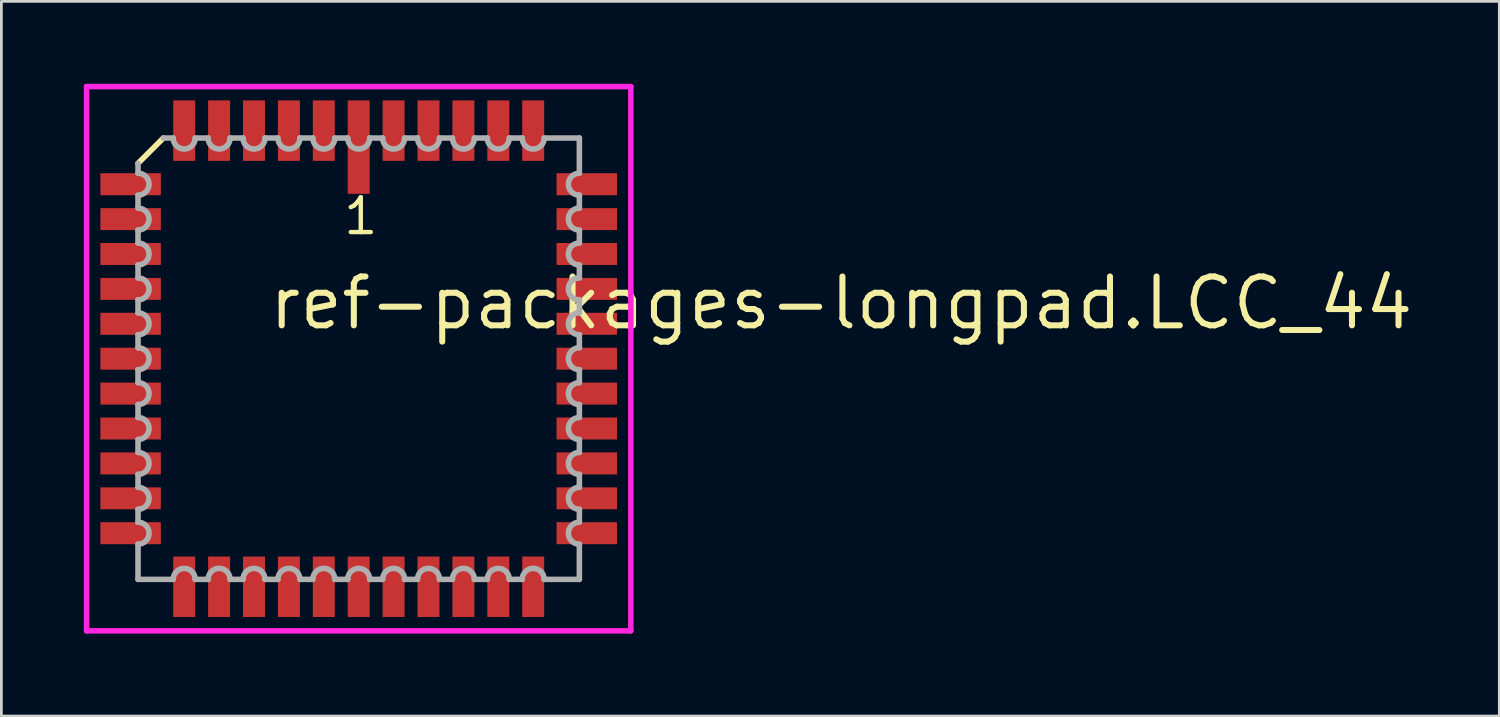
<source format=kicad_pcb>
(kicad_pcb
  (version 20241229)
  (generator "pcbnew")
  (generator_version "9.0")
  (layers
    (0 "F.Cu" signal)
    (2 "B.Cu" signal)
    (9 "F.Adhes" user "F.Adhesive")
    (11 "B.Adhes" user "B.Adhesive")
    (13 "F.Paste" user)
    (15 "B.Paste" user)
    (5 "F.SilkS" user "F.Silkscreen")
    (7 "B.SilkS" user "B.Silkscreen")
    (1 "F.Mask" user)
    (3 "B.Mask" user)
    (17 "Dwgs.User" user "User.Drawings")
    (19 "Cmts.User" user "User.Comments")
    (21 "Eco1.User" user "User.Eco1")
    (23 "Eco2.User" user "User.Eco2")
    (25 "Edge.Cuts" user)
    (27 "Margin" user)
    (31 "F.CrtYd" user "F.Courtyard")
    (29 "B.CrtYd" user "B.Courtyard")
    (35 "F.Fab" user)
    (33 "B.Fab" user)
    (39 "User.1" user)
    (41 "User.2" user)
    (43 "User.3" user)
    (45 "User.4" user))
  (footprint "ref-packages-longpad.LCC_44"
    (layer "F.Cu")
    (at 10.003 10.003)
    (property "Reference" "ref-packages-longpad.LCC_44" (at -3.37 -0.985 0) (layer "F.SilkS") (effects (font (size 1.778 1.778) (thickness 0.22)) (justify left bottom)))
    (attr smd)
    (fp_line (start -7.11 -8.03) (end -8.03 -7.11) (stroke (width 0.203) (type default)) (layer "F.SilkS"))
    (fp_line (start -9.903 -9.903) (end 9.903 -9.903) (stroke (width 0.2) (type default)) (layer "F.CrtYd"))
    (fp_line (start -9.903 9.903) (end -9.903 -9.903) (stroke (width 0.2) (type default)) (layer "F.CrtYd"))
    (fp_line (start 9.903 -9.903) (end 9.903 9.903) (stroke (width 0.2) (type default)) (layer "F.CrtYd"))
    (fp_line (start 9.903 9.903) (end -9.903 9.903) (stroke (width 0.2) (type default)) (layer "F.CrtYd"))
    (fp_line (start -8.03 -7.11) (end -8.03 -6.75) (stroke (width 0.203) (type default)) (layer "F.Fab"))
    (fp_line (start -8.03 -5.95) (end -8.03 -5.48) (stroke (width 0.203) (type default)) (layer "F.Fab"))
    (fp_line (start -8.03 -4.68) (end -8.03 -4.21) (stroke (width 0.203) (type default)) (layer "F.Fab"))
    (fp_line (start -8.03 -3.41) (end -8.03 -2.94) (stroke (width 0.203) (type default)) (layer "F.Fab"))
    (fp_line (start -8.03 -2.14) (end -8.03 -1.67) (stroke (width 0.203) (type default)) (layer "F.Fab"))
    (fp_line (start -8.03 -0.87) (end -8.03 -0.4) (stroke (width 0.203) (type default)) (layer "F.Fab"))
    (fp_line (start -8.03 0.4) (end -8.03 0.87) (stroke (width 0.203) (type default)) (layer "F.Fab"))
    (fp_line (start -8.03 1.67) (end -8.03 2.14) (stroke (width 0.203) (type default)) (layer "F.Fab"))
    (fp_line (start -8.03 2.94) (end -8.03 3.41) (stroke (width 0.203) (type default)) (layer "F.Fab"))
    (fp_line (start -8.03 4.21) (end -8.03 4.68) (stroke (width 0.203) (type default)) (layer "F.Fab"))
    (fp_line (start -8.03 5.48) (end -8.03 5.95) (stroke (width 0.203) (type default)) (layer "F.Fab"))
    (fp_line (start -8.03 6.75) (end -8.03 8.03) (stroke (width 0.203) (type default)) (layer "F.Fab"))
    (fp_line (start -8.03 8.03) (end -6.75 8.03) (stroke (width 0.203) (type default)) (layer "F.Fab"))
    (fp_line (start -6.75 -8.03) (end -7.11 -8.03) (stroke (width 0.203) (type default)) (layer "F.Fab"))
    (fp_line (start -5.95 8.03) (end -5.48 8.03) (stroke (width 0.203) (type default)) (layer "F.Fab"))
    (fp_line (start -5.48 -8.03) (end -5.95 -8.03) (stroke (width 0.203) (type default)) (layer "F.Fab"))
    (fp_line (start -4.68 8.03) (end -4.21 8.03) (stroke (width 0.203) (type default)) (layer "F.Fab"))
    (fp_line (start -4.21 -8.03) (end -4.68 -8.03) (stroke (width 0.203) (type default)) (layer "F.Fab"))
    (fp_line (start -3.41 8.03) (end -2.94 8.03) (stroke (width 0.203) (type default)) (layer "F.Fab"))
    (fp_line (start -2.94 -8.03) (end -3.41 -8.03) (stroke (width 0.203) (type default)) (layer "F.Fab"))
    (fp_line (start -2.14 8.03) (end -1.67 8.03) (stroke (width 0.203) (type default)) (layer "F.Fab"))
    (fp_line (start -1.67 -8.03) (end -2.14 -8.03) (stroke (width 0.203) (type default)) (layer "F.Fab"))
    (fp_line (start -0.87 8.03) (end -0.4 8.03) (stroke (width 0.203) (type default)) (layer "F.Fab"))
    (fp_line (start -0.4 -8.03) (end -0.87 -8.03) (stroke (width 0.203) (type default)) (layer "F.Fab"))
    (fp_line (start 0.4 8.03) (end 0.87 8.03) (stroke (width 0.203) (type default)) (layer "F.Fab"))
    (fp_line (start 0.87 -8.03) (end 0.4 -8.03) (stroke (width 0.203) (type default)) (layer "F.Fab"))
    (fp_line (start 1.67 8.03) (end 2.14 8.03) (stroke (width 0.203) (type default)) (layer "F.Fab"))
    (fp_line (start 2.14 -8.03) (end 1.67 -8.03) (stroke (width 0.203) (type default)) (layer "F.Fab"))
    (fp_line (start 2.94 8.03) (end 3.41 8.03) (stroke (width 0.203) (type default)) (layer "F.Fab"))
    (fp_line (start 3.41 -8.03) (end 2.94 -8.03) (stroke (width 0.203) (type default)) (layer "F.Fab"))
    (fp_line (start 4.21 8.03) (end 4.68 8.03) (stroke (width 0.203) (type default)) (layer "F.Fab"))
    (fp_line (start 4.68 -8.03) (end 4.21 -8.03) (stroke (width 0.203) (type default)) (layer "F.Fab"))
    (fp_line (start 5.48 8.03) (end 5.95 8.03) (stroke (width 0.203) (type default)) (layer "F.Fab"))
    (fp_line (start 5.95 -8.03) (end 5.48 -8.03) (stroke (width 0.203) (type default)) (layer "F.Fab"))
    (fp_line (start 6.75 8.03) (end 8.03 8.03) (stroke (width 0.203) (type default)) (layer "F.Fab"))
    (fp_line (start 8.03 -8.03) (end 6.75 -8.03) (stroke (width 0.203) (type default)) (layer "F.Fab"))
    (fp_line (start 8.03 -6.75) (end 8.03 -8.03) (stroke (width 0.203) (type default)) (layer "F.Fab"))
    (fp_line (start 8.03 -5.48) (end 8.03 -5.95) (stroke (width 0.203) (type default)) (layer "F.Fab"))
    (fp_line (start 8.03 -4.21) (end 8.03 -4.68) (stroke (width 0.203) (type default)) (layer "F.Fab"))
    (fp_line (start 8.03 -2.94) (end 8.03 -3.41) (stroke (width 0.203) (type default)) (layer "F.Fab"))
    (fp_line (start 8.03 -1.67) (end 8.03 -2.14) (stroke (width 0.203) (type default)) (layer "F.Fab"))
    (fp_line (start 8.03 -0.4) (end 8.03 -0.87) (stroke (width 0.203) (type default)) (layer "F.Fab"))
    (fp_line (start 8.03 0.87) (end 8.03 0.4) (stroke (width 0.203) (type default)) (layer "F.Fab"))
    (fp_line (start 8.03 2.14) (end 8.03 1.67) (stroke (width 0.203) (type default)) (layer "F.Fab"))
    (fp_line (start 8.03 3.41) (end 8.03 2.94) (stroke (width 0.203) (type default)) (layer "F.Fab"))
    (fp_line (start 8.03 4.68) (end 8.03 4.21) (stroke (width 0.203) (type default)) (layer "F.Fab"))
    (fp_line (start 8.03 5.95) (end 8.03 5.48) (stroke (width 0.203) (type default)) (layer "F.Fab"))
    (fp_line (start 8.03 8.03) (end 8.03 6.75) (stroke (width 0.203) (type default)) (layer "F.Fab"))
    (fp_arc (start -8.03 -6.75) (mid -7.63 -6.35) (end -8.03 -5.95) (stroke (width 0.2032) (type default)) (layer "F.Fab"))
    (fp_arc (start -8.03 -5.48) (mid -7.63 -5.08) (end -8.03 -4.68) (stroke (width 0.2032) (type default)) (layer "F.Fab"))
    (fp_arc (start -8.03 -4.21) (mid -7.63 -3.81) (end -8.03 -3.41) (stroke (width 0.2032) (type default)) (layer "F.Fab"))
    (fp_arc (start -8.03 -2.94) (mid -7.63 -2.54) (end -8.03 -2.14) (stroke (width 0.2032) (type default)) (layer "F.Fab"))
    (fp_arc (start -8.03 -1.67) (mid -7.63 -1.27) (end -8.03 -0.87) (stroke (width 0.2032) (type default)) (layer "F.Fab"))
    (fp_arc (start -8.03 -0.4001) (mid -7.6299 0) (end -8.03 0.4001) (stroke (width 0.2032) (type default)) (layer "F.Fab"))
    (fp_arc (start -8.03 0.8699) (mid -7.6299 1.27) (end -8.03 1.6701) (stroke (width 0.2032) (type default)) (layer "F.Fab"))
    (fp_arc (start -8.03 2.1399) (mid -7.6299 2.54) (end -8.03 2.9401) (stroke (width 0.2032) (type default)) (layer "F.Fab"))
    (fp_arc (start -8.03 3.4099) (mid -7.6299 3.81) (end -8.03 4.2101) (stroke (width 0.2032) (type default)) (layer "F.Fab"))
    (fp_arc (start -8.03 4.6799) (mid -7.6299 5.08) (end -8.03 5.4801) (stroke (width 0.2032) (type default)) (layer "F.Fab"))
    (fp_arc (start -8.03 5.9499) (mid -7.6299 6.35) (end -8.03 6.7501) (stroke (width 0.2032) (type default)) (layer "F.Fab"))
    (fp_arc (start -6.7501 8.03) (mid -6.35 7.6299) (end -5.9499 8.03) (stroke (width 0.2032) (type default)) (layer "F.Fab"))
    (fp_arc (start -5.9499 -8.03) (mid -6.35 -7.6299) (end -6.7501 -8.03) (stroke (width 0.2032) (type default)) (layer "F.Fab"))
    (fp_arc (start -5.4801 8.03) (mid -5.08 7.6299) (end -4.6799 8.03) (stroke (width 0.2032) (type default)) (layer "F.Fab"))
    (fp_arc (start -4.6799 -8.03) (mid -5.08 -7.6299) (end -5.4801 -8.03) (stroke (width 0.2032) (type default)) (layer "F.Fab"))
    (fp_arc (start -4.2101 8.03) (mid -3.81 7.6299) (end -3.4099 8.03) (stroke (width 0.2032) (type default)) (layer "F.Fab"))
    (fp_arc (start -3.4099 -8.03) (mid -3.81 -7.6299) (end -4.2101 -8.03) (stroke (width 0.2032) (type default)) (layer "F.Fab"))
    (fp_arc (start -2.9401 8.03) (mid -2.54 7.6299) (end -2.1399 8.03) (stroke (width 0.2032) (type default)) (layer "F.Fab"))
    (fp_arc (start -2.1399 -8.03) (mid -2.54 -7.6299) (end -2.9401 -8.03) (stroke (width 0.2032) (type default)) (layer "F.Fab"))
    (fp_arc (start -1.6701 8.03) (mid -1.27 7.6299) (end -0.8699 8.03) (stroke (width 0.2032) (type default)) (layer "F.Fab"))
    (fp_arc (start -0.8699 -8.03) (mid -1.27 -7.6299) (end -1.6701 -8.03) (stroke (width 0.2032) (type default)) (layer "F.Fab"))
    (fp_arc (start -0.4001 8.03) (mid 0 7.6299) (end 0.4001 8.03) (stroke (width 0.2032) (type default)) (layer "F.Fab"))
    (fp_arc (start 0.4001 -8.03) (mid 0 -7.6299) (end -0.4001 -8.03) (stroke (width 0.2032) (type default)) (layer "F.Fab"))
    (fp_arc (start 0.87 8.03) (mid 1.27 7.63) (end 1.67 8.03) (stroke (width 0.2032) (type default)) (layer "F.Fab"))
    (fp_arc (start 1.67 -8.03) (mid 1.27 -7.63) (end 0.87 -8.03) (stroke (width 0.2032) (type default)) (layer "F.Fab"))
    (fp_arc (start 2.14 8.03) (mid 2.54 7.63) (end 2.94 8.03) (stroke (width 0.2032) (type default)) (layer "F.Fab"))
    (fp_arc (start 2.94 -8.03) (mid 2.54 -7.63) (end 2.14 -8.03) (stroke (width 0.2032) (type default)) (layer "F.Fab"))
    (fp_arc (start 3.41 8.03) (mid 3.81 7.63) (end 4.21 8.03) (stroke (width 0.2032) (type default)) (layer "F.Fab"))
    (fp_arc (start 4.21 -8.03) (mid 3.81 -7.63) (end 3.41 -8.03) (stroke (width 0.2032) (type default)) (layer "F.Fab"))
    (fp_arc (start 4.68 8.03) (mid 5.08 7.63) (end 5.48 8.03) (stroke (width 0.2032) (type default)) (layer "F.Fab"))
    (fp_arc (start 5.48 -8.03) (mid 5.08 -7.63) (end 4.68 -8.03) (stroke (width 0.2032) (type default)) (layer "F.Fab"))
    (fp_arc (start 5.95 8.03) (mid 6.35 7.63) (end 6.75 8.03) (stroke (width 0.2032) (type default)) (layer "F.Fab"))
    (fp_arc (start 6.75 -8.03) (mid 6.35 -7.63) (end 5.95 -8.03) (stroke (width 0.2032) (type default)) (layer "F.Fab"))
    (fp_arc (start 8.03 -5.95) (mid 7.63 -6.35) (end 8.03 -6.75) (stroke (width 0.2032) (type default)) (layer "F.Fab"))
    (fp_arc (start 8.03 -4.68) (mid 7.63 -5.08) (end 8.03 -5.48) (stroke (width 0.2032) (type default)) (layer "F.Fab"))
    (fp_arc (start 8.03 -3.41) (mid 7.63 -3.81) (end 8.03 -4.21) (stroke (width 0.2032) (type default)) (layer "F.Fab"))
    (fp_arc (start 8.03 -2.14) (mid 7.63 -2.54) (end 8.03 -2.94) (stroke (width 0.2032) (type default)) (layer "F.Fab"))
    (fp_arc (start 8.03 -0.8699) (mid 7.6299 -1.27) (end 8.03 -1.6701) (stroke (width 0.2032) (type default)) (layer "F.Fab"))
    (fp_arc (start 8.03 0.4001) (mid 7.6299 0) (end 8.03 -0.4001) (stroke (width 0.2032) (type default)) (layer "F.Fab"))
    (fp_arc (start 8.03 1.67) (mid 7.63 1.27) (end 8.03 0.87) (stroke (width 0.2032) (type default)) (layer "F.Fab"))
    (fp_arc (start 8.03 2.94) (mid 7.63 2.54) (end 8.03 2.14) (stroke (width 0.2032) (type default)) (layer "F.Fab"))
    (fp_arc (start 8.03 4.21) (mid 7.63 3.81) (end 8.03 3.41) (stroke (width 0.2032) (type default)) (layer "F.Fab"))
    (fp_arc (start 8.03 5.48) (mid 7.63 5.08) (end 8.03 4.68) (stroke (width 0.2032) (type default)) (layer "F.Fab"))
    (fp_arc (start 8.03 6.75) (mid 7.63 6.35) (end 8.03 5.95) (stroke (width 0.2032) (type default)) (layer "F.Fab"))
    (fp_text user "1" (at -0.635 -4.445 0) (layer "F.SilkS") (effects (font (size 1.27 1.27) (thickness 0.16)) (justify left bottom)))
    (pad "1" smd roundrect (at 0 -7.7) (size 0.8 3.4) (layers "F.Cu" "F.Mask" "F.Paste") (roundrect_rratio 0.01))
    (pad "2" smd roundrect (at -1.27 -8.3) (size 0.8 2.2) (layers "F.Cu" "F.Mask" "F.Paste") (roundrect_rratio 0.01))
    (pad "3" smd roundrect (at -2.54 -8.3) (size 0.8 2.2) (layers "F.Cu" "F.Mask" "F.Paste") (roundrect_rratio 0.01))
    (pad "4" smd roundrect (at -3.81 -8.3) (size 0.8 2.2) (layers "F.Cu" "F.Mask" "F.Paste") (roundrect_rratio 0.01))
    (pad "5" smd roundrect (at -5.08 -8.3) (size 0.8 2.2) (layers "F.Cu" "F.Mask" "F.Paste") (roundrect_rratio 0.01))
    (pad "6" smd roundrect (at -6.35 -8.3) (size 0.8 2.2) (layers "F.Cu" "F.Mask" "F.Paste") (roundrect_rratio 0.01))
    (pad "7" smd roundrect (at -8.3 -6.35) (size 2.2 0.8) (layers "F.Cu" "F.Mask" "F.Paste") (roundrect_rratio 0.01))
    (pad "8" smd roundrect (at -8.3 -5.08) (size 2.2 0.8) (layers "F.Cu" "F.Mask" "F.Paste") (roundrect_rratio 0.01))
    (pad "9" smd roundrect (at -8.3 -3.81) (size 2.2 0.8) (layers "F.Cu" "F.Mask" "F.Paste") (roundrect_rratio 0.01))
    (pad "10" smd roundrect (at -8.3 -2.54) (size 2.2 0.8) (layers "F.Cu" "F.Mask" "F.Paste") (roundrect_rratio 0.01))
    (pad "11" smd roundrect (at -8.3 -1.27) (size 2.2 0.8) (layers "F.Cu" "F.Mask" "F.Paste") (roundrect_rratio 0.01))
    (pad "12" smd roundrect (at -8.3 0) (size 2.2 0.8) (layers "F.Cu" "F.Mask" "F.Paste") (roundrect_rratio 0.01))
    (pad "13" smd roundrect (at -8.3 1.27) (size 2.2 0.8) (layers "F.Cu" "F.Mask" "F.Paste") (roundrect_rratio 0.01))
    (pad "14" smd roundrect (at -8.3 2.54) (size 2.2 0.8) (layers "F.Cu" "F.Mask" "F.Paste") (roundrect_rratio 0.01))
    (pad "15" smd roundrect (at -8.3 3.81) (size 2.2 0.8) (layers "F.Cu" "F.Mask" "F.Paste") (roundrect_rratio 0.01))
    (pad "16" smd roundrect (at -8.3 5.08) (size 2.2 0.8) (layers "F.Cu" "F.Mask" "F.Paste") (roundrect_rratio 0.01))
    (pad "17" smd roundrect (at -8.3 6.35) (size 2.2 0.8) (layers "F.Cu" "F.Mask" "F.Paste") (roundrect_rratio 0.01))
    (pad "18" smd roundrect (at -6.35 8.3) (size 0.8 2.2) (layers "F.Cu" "F.Mask" "F.Paste") (roundrect_rratio 0.01))
    (pad "19" smd roundrect (at -5.08 8.3) (size 0.8 2.2) (layers "F.Cu" "F.Mask" "F.Paste") (roundrect_rratio 0.01))
    (pad "20" smd roundrect (at -3.81 8.3) (size 0.8 2.2) (layers "F.Cu" "F.Mask" "F.Paste") (roundrect_rratio 0.01))
    (pad "21" smd roundrect (at -2.54 8.3) (size 0.8 2.2) (layers "F.Cu" "F.Mask" "F.Paste") (roundrect_rratio 0.01))
    (pad "22" smd roundrect (at -1.27 8.3) (size 0.8 2.2) (layers "F.Cu" "F.Mask" "F.Paste") (roundrect_rratio 0.01))
    (pad "23" smd roundrect (at 0 8.3) (size 0.8 2.2) (layers "F.Cu" "F.Mask" "F.Paste") (roundrect_rratio 0.01))
    (pad "24" smd roundrect (at 1.27 8.3) (size 0.8 2.2) (layers "F.Cu" "F.Mask" "F.Paste") (roundrect_rratio 0.01))
    (pad "25" smd roundrect (at 2.54 8.3) (size 0.8 2.2) (layers "F.Cu" "F.Mask" "F.Paste") (roundrect_rratio 0.01))
    (pad "26" smd roundrect (at 3.81 8.3) (size 0.8 2.2) (layers "F.Cu" "F.Mask" "F.Paste") (roundrect_rratio 0.01))
    (pad "27" smd roundrect (at 5.08 8.3) (size 0.8 2.2) (layers "F.Cu" "F.Mask" "F.Paste") (roundrect_rratio 0.01))
    (pad "28" smd roundrect (at 6.35 8.3) (size 0.8 2.2) (layers "F.Cu" "F.Mask" "F.Paste") (roundrect_rratio 0.01))
    (pad "29" smd roundrect (at 8.3 6.35) (size 2.2 0.8) (layers "F.Cu" "F.Mask" "F.Paste") (roundrect_rratio 0.01))
    (pad "30" smd roundrect (at 8.3 5.08) (size 2.2 0.8) (layers "F.Cu" "F.Mask" "F.Paste") (roundrect_rratio 0.01))
    (pad "31" smd roundrect (at 8.3 3.81) (size 2.2 0.8) (layers "F.Cu" "F.Mask" "F.Paste") (roundrect_rratio 0.01))
    (pad "32" smd roundrect (at 8.3 2.54) (size 2.2 0.8) (layers "F.Cu" "F.Mask" "F.Paste") (roundrect_rratio 0.01))
    (pad "33" smd roundrect (at 8.3 1.27) (size 2.2 0.8) (layers "F.Cu" "F.Mask" "F.Paste") (roundrect_rratio 0.01))
    (pad "34" smd roundrect (at 8.3 0) (size 2.2 0.8) (layers "F.Cu" "F.Mask" "F.Paste") (roundrect_rratio 0.01))
    (pad "35" smd roundrect (at 8.3 -1.27) (size 2.2 0.8) (layers "F.Cu" "F.Mask" "F.Paste") (roundrect_rratio 0.01))
    (pad "36" smd roundrect (at 8.3 -2.54) (size 2.2 0.8) (layers "F.Cu" "F.Mask" "F.Paste") (roundrect_rratio 0.01))
    (pad "37" smd roundrect (at 8.3 -3.81) (size 2.2 0.8) (layers "F.Cu" "F.Mask" "F.Paste") (roundrect_rratio 0.01))
    (pad "38" smd roundrect (at 8.3 -5.08) (size 2.2 0.8) (layers "F.Cu" "F.Mask" "F.Paste") (roundrect_rratio 0.01))
    (pad "39" smd roundrect (at 8.3 -6.35) (size 2.2 0.8) (layers "F.Cu" "F.Mask" "F.Paste") (roundrect_rratio 0.01))
    (pad "40" smd roundrect (at 6.35 -8.3) (size 0.8 2.2) (layers "F.Cu" "F.Mask" "F.Paste") (roundrect_rratio 0.01))
    (pad "41" smd roundrect (at 5.08 -8.3) (size 0.8 2.2) (layers "F.Cu" "F.Mask" "F.Paste") (roundrect_rratio 0.01))
    (pad "42" smd roundrect (at 3.81 -8.3) (size 0.8 2.2) (layers "F.Cu" "F.Mask" "F.Paste") (roundrect_rratio 0.01))
    (pad "43" smd roundrect (at 2.54 -8.3) (size 0.8 2.2) (layers "F.Cu" "F.Mask" "F.Paste") (roundrect_rratio 0.01))
    (pad "44" smd roundrect (at 1.27 -8.3) (size 0.8 2.2) (layers "F.Cu" "F.Mask" "F.Paste") (roundrect_rratio 0.01)))
  (gr_rect
    (start -3 -3)
    (end 51.509 23.006)
    (stroke (width 0.1) (type default))
    (fill no)
    (layer "Edge.Cuts")))
</source>
